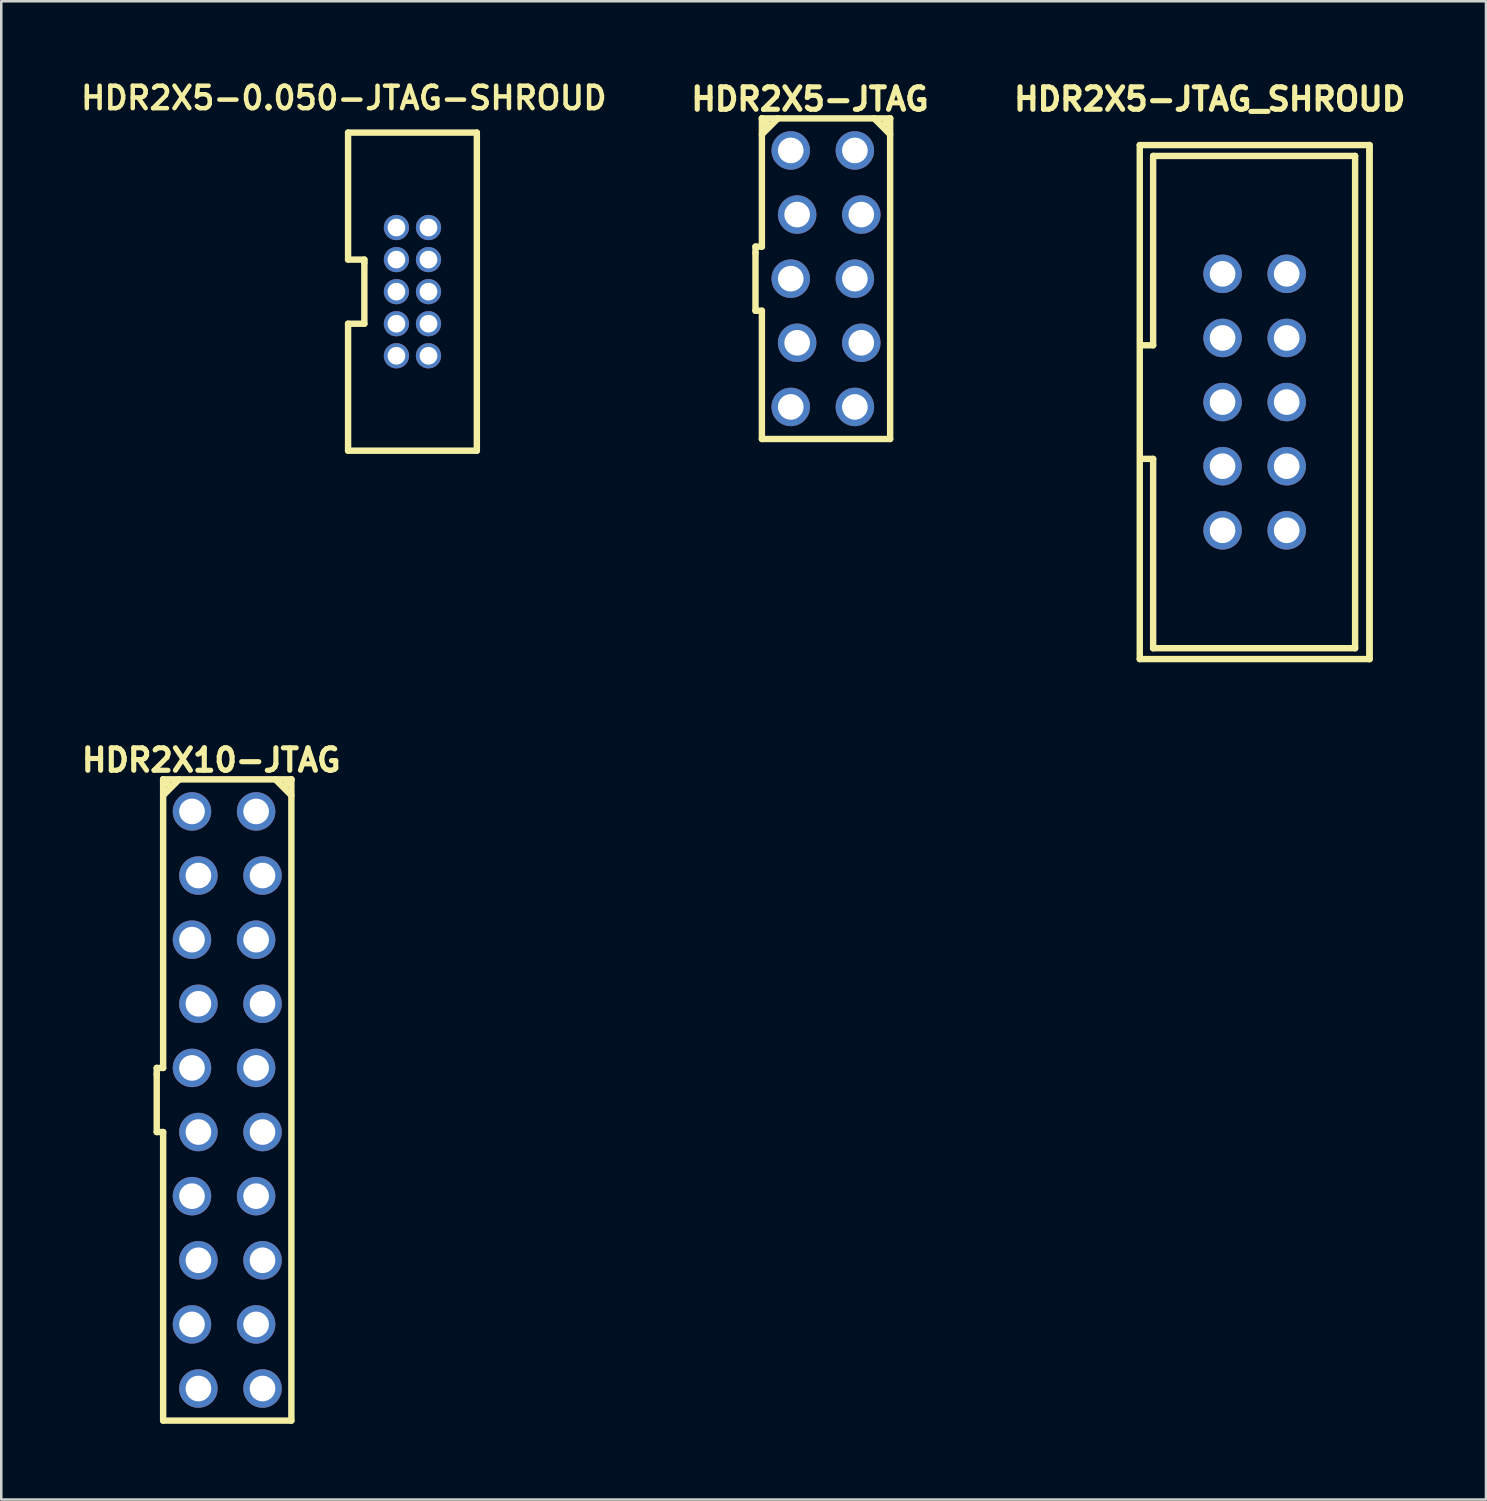
<source format=kicad_pcb>
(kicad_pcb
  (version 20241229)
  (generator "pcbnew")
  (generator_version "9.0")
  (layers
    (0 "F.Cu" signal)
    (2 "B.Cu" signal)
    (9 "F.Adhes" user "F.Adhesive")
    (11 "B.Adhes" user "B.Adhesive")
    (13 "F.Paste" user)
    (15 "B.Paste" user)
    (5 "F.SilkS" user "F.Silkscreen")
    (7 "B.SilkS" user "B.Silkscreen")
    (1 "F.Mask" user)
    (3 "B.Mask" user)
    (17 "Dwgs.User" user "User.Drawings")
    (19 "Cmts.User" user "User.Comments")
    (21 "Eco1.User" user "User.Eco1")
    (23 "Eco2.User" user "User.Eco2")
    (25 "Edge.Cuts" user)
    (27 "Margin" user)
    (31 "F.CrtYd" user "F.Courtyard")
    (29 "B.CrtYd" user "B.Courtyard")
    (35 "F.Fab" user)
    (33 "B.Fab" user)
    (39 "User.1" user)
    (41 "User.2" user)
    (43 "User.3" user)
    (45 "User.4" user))
  (footprint "HDR2X5-0.050-JTAG-SHROUD"
    (layer "F.Cu")
    (at 12.653 5.963)
    (property "Reference" "HDR2X5-0.050-JTAG-SHROUD" (at -2.083 -5.131 0) (layer "F.SilkS") (effects (font (size 0.889 0.889) (thickness 0.178))))
    (attr through_hole)
    (fp_line (start -1.915 -3.76) (end -1.915 1.27) (stroke (width 0.254) (type solid)) (layer "F.SilkS"))
    (fp_line (start -1.915 1.27) (end -1.27 1.27) (stroke (width 0.254) (type solid)) (layer "F.SilkS"))
    (fp_line (start -1.915 3.81) (end -1.27 3.81) (stroke (width 0.254) (type solid)) (layer "F.SilkS"))
    (fp_line (start -1.915 8.84) (end -1.915 3.81) (stroke (width 0.254) (type solid)) (layer "F.SilkS"))
    (fp_line (start -1.27 1.27) (end -1.27 1.397) (stroke (width 0.254) (type solid)) (layer "F.SilkS"))
    (fp_line (start -1.27 3.81) (end -1.27 1.397) (stroke (width 0.254) (type solid)) (layer "F.SilkS"))
    (fp_line (start 3.185 -3.76) (end -1.915 -3.76) (stroke (width 0.254) (type solid)) (layer "F.SilkS"))
    (fp_line (start 3.185 8.84) (end -1.915 8.84) (stroke (width 0.254) (type solid)) (layer "F.SilkS"))
    (fp_line (start 3.185 8.84) (end 3.185 -3.76) (stroke (width 0.254) (type solid)) (layer "F.SilkS"))
    (pad "1" thru_hole circle (at 0 0) (size 1 1) (drill 0.7) (layers "*.Cu" "*.Mask"))
    (pad "2" thru_hole circle (at 1.27 0) (size 1 1) (drill 0.7) (layers "*.Cu" "*.Mask"))
    (pad "3" thru_hole circle (at 0 1.27) (size 1 1) (drill 0.7) (layers "*.Cu" "*.Mask"))
    (pad "4" thru_hole circle (at 1.27 1.27) (size 1 1) (drill 0.7) (layers "*.Cu" "*.Mask"))
    (pad "5" thru_hole circle (at 0 2.54) (size 1 1) (drill 0.7) (layers "*.Cu" "*.Mask"))
    (pad "6" thru_hole circle (at 1.27 2.54) (size 1 1) (drill 0.7) (layers "*.Cu" "*.Mask"))
    (pad "7" thru_hole circle (at 0 3.81) (size 1 1) (drill 0.7) (layers "*.Cu" "*.Mask"))
    (pad "8" thru_hole circle (at 1.27 3.81) (size 1 1) (drill 0.7) (layers "*.Cu" "*.Mask"))
    (pad "9" thru_hole circle (at 0 5.08) (size 1 1) (drill 0.7) (layers "*.Cu" "*.Mask"))
    (pad "10" thru_hole circle (at 1.27 5.08) (size 1 1) (drill 0.7) (layers "*.Cu" "*.Mask")))
  (footprint "HDR2X5-JTAG_SHROUD"
    (layer "F.Cu")
    (at 45.378 7.797)
    (property "Reference" "HDR2X5-JTAG_SHROUD" (at -0.508 -6.92 0) (layer "F.SilkS") (effects (font (size 0.889 0.889) (thickness 0.203))))
    (attr through_hole)
    (fp_line (start -3.28 15.26) (end -3.28 -5.1) (stroke (width 0.254) (type default)) (layer "F.SilkS"))
    (fp_line (start -3.28 15.26) (end 5.82 15.26) (stroke (width 0.254) (type default)) (layer "F.SilkS"))
    (fp_line (start -2.75 -4.67) (end 5.25 -4.67) (stroke (width 0.254) (type default)) (layer "F.SilkS"))
    (fp_line (start -2.75 2.83) (end -3.25 2.83) (stroke (width 0.254) (type default)) (layer "F.SilkS"))
    (fp_line (start -2.75 2.83) (end -2.75 -4.67) (stroke (width 0.254) (type default)) (layer "F.SilkS"))
    (fp_line (start -2.75 7.33) (end -3.25 7.33) (stroke (width 0.254) (type default)) (layer "F.SilkS"))
    (fp_line (start -2.75 14.83) (end -2.75 7.33) (stroke (width 0.254) (type default)) (layer "F.SilkS"))
    (fp_line (start 5.25 -4.67) (end 5.25 14.83) (stroke (width 0.254) (type default)) (layer "F.SilkS"))
    (fp_line (start 5.25 14.83) (end -2.75 14.83) (stroke (width 0.254) (type default)) (layer "F.SilkS"))
    (fp_line (start 5.82 -5.1) (end -3.28 -5.1) (stroke (width 0.254) (type default)) (layer "F.SilkS"))
    (fp_line (start 5.82 15.26) (end 5.82 -5.1) (stroke (width 0.254) (type default)) (layer "F.SilkS"))
    (fp_line (start 5.82 15.26) (end 5.82 -5.1) (stroke (width 0.254) (type default)) (layer "F.SilkS"))
    (pad "1" thru_hole circle (at 0 0) (size 1.524 1.524) (drill 1.016) (layers "*.Cu" "*.Mask"))
    (pad "2" thru_hole circle (at 2.54 0) (size 1.524 1.524) (drill 1.016) (layers "*.Cu" "*.Mask"))
    (pad "3" thru_hole circle (at 0 2.54) (size 1.524 1.524) (drill 1.016) (layers "*.Cu" "*.Mask"))
    (pad "4" thru_hole circle (at 2.54 2.54) (size 1.524 1.524) (drill 1.016) (layers "*.Cu" "*.Mask"))
    (pad "5" thru_hole circle (at 0 5.08) (size 1.524 1.524) (drill 1.016) (layers "*.Cu" "*.Mask"))
    (pad "6" thru_hole circle (at 2.54 5.08) (size 1.524 1.524) (drill 1.016) (layers "*.Cu" "*.Mask"))
    (pad "7" thru_hole circle (at 0 7.62) (size 1.524 1.524) (drill 1.016) (layers "*.Cu" "*.Mask"))
    (pad "8" thru_hole circle (at 2.54 7.62) (size 1.524 1.524) (drill 1.016) (layers "*.Cu" "*.Mask"))
    (pad "9" thru_hole circle (at 0 10.16) (size 1.524 1.524) (drill 1.016) (layers "*.Cu" "*.Mask"))
    (pad "10" thru_hole circle (at 2.54 10.16) (size 1.524 1.524) (drill 1.016) (layers "*.Cu" "*.Mask")))
  (footprint "HDR2X10-JTAG"
    (layer "F.Cu")
    (at 4.682 29.092)
    (property "Reference" "HDR2X10-JTAG" (at 0.635 -2.032 0) (layer "F.SilkS") (effects (font (size 0.889 0.889) (thickness 0.203))))
    (attr through_hole)
    (fp_line (start -1.524 10.16) (end -1.27 10.16) (stroke (width 0.254) (type solid)) (layer "F.SilkS"))
    (fp_line (start -1.524 10.414) (end -1.524 10.16) (stroke (width 0.254) (type solid)) (layer "F.SilkS"))
    (fp_line (start -1.524 12.7) (end -1.524 10.414) (stroke (width 0.254) (type solid)) (layer "F.SilkS"))
    (fp_line (start -1.27 -1.27) (end -1.27 10.16) (stroke (width 0.254) (type solid)) (layer "F.SilkS"))
    (fp_line (start -1.27 -1.27) (end -1.016 -1.016) (stroke (width 0.254) (type solid)) (layer "F.SilkS"))
    (fp_line (start -1.27 -0.635) (end -0.635 -1.27) (stroke (width 0.254) (type solid)) (layer "F.SilkS"))
    (fp_line (start -1.27 12.7) (end -1.524 12.7) (stroke (width 0.254) (type solid)) (layer "F.SilkS"))
    (fp_line (start -1.27 24.13) (end -1.27 12.7) (stroke (width 0.254) (type solid)) (layer "F.SilkS"))
    (fp_line (start -1.27 24.13) (end 3.81 24.13) (stroke (width 0.254) (type solid)) (layer "F.SilkS"))
    (fp_line (start 3.175 -1.27) (end 3.81 -0.635) (stroke (width 0.254) (type solid)) (layer "F.SilkS"))
    (fp_line (start 3.81 -1.27) (end -1.27 -1.27) (stroke (width 0.254) (type solid)) (layer "F.SilkS"))
    (fp_line (start 3.81 -1.27) (end 3.556 -1.016) (stroke (width 0.254) (type solid)) (layer "F.SilkS"))
    (fp_line (start 3.81 24.13) (end 3.81 -1.27) (stroke (width 0.254) (type solid)) (layer "F.SilkS"))
    (pad "1" thru_hole circle (at -0.127 0) (size 1.524 1.524) (drill 1.016) (layers "*.Cu" "*.Mask"))
    (pad "2" thru_hole circle (at 2.413 0) (size 1.524 1.524) (drill 1.016) (layers "*.Cu" "*.Mask"))
    (pad "3" thru_hole circle (at 0.127 2.54) (size 1.524 1.524) (drill 1.016) (layers "*.Cu" "*.Mask"))
    (pad "4" thru_hole circle (at 2.667 2.54) (size 1.524 1.524) (drill 1.016) (layers "*.Cu" "*.Mask"))
    (pad "5" thru_hole circle (at -0.127 5.08) (size 1.524 1.524) (drill 1.016) (layers "*.Cu" "*.Mask"))
    (pad "6" thru_hole circle (at 2.413 5.08) (size 1.524 1.524) (drill 1.016) (layers "*.Cu" "*.Mask"))
    (pad "7" thru_hole circle (at 0.127 7.62) (size 1.524 1.524) (drill 1.016) (layers "*.Cu" "*.Mask"))
    (pad "8" thru_hole circle (at 2.667 7.62) (size 1.524 1.524) (drill 1.016) (layers "*.Cu" "*.Mask"))
    (pad "9" thru_hole circle (at -0.127 10.16) (size 1.524 1.524) (drill 1.016) (layers "*.Cu" "*.Mask"))
    (pad "10" thru_hole circle (at 2.413 10.16) (size 1.524 1.524) (drill 1.016) (layers "*.Cu" "*.Mask"))
    (pad "11" thru_hole circle (at 0.127 12.7) (size 1.524 1.524) (drill 1.016) (layers "*.Cu" "*.Mask"))
    (pad "12" thru_hole circle (at 2.667 12.7) (size 1.524 1.524) (drill 1.016) (layers "*.Cu" "*.Mask"))
    (pad "13" thru_hole circle (at -0.127 15.24) (size 1.524 1.524) (drill 1.016) (layers "*.Cu" "*.Mask"))
    (pad "14" thru_hole circle (at 2.413 15.24) (size 1.524 1.524) (drill 1.016) (layers "*.Cu" "*.Mask"))
    (pad "15" thru_hole circle (at 0.127 17.78) (size 1.524 1.524) (drill 1.016) (layers "*.Cu" "*.Mask"))
    (pad "16" thru_hole circle (at 2.667 17.78) (size 1.524 1.524) (drill 1.016) (layers "*.Cu" "*.Mask"))
    (pad "17" thru_hole circle (at -0.127 20.32) (size 1.524 1.524) (drill 1.016) (layers "*.Cu" "*.Mask"))
    (pad "18" thru_hole circle (at 2.413 20.32) (size 1.524 1.524) (drill 1.016) (layers "*.Cu" "*.Mask"))
    (pad "19" thru_hole circle (at 0.127 22.86) (size 1.524 1.524) (drill 1.016) (layers "*.Cu" "*.Mask"))
    (pad "20" thru_hole circle (at 2.667 22.86) (size 1.524 1.524) (drill 1.016) (layers "*.Cu" "*.Mask")))
  (footprint "HDR2X5-JTAG"
    (layer "F.Cu")
    (at 28.4 2.909)
    (property "Reference" "HDR2X5-JTAG" (at 0.635 -2.032 0) (layer "F.SilkS") (effects (font (size 0.889 0.889) (thickness 0.203))))
    (attr through_hole)
    (fp_line (start -1.524 3.81) (end -1.27 3.81) (stroke (width 0.254) (type solid)) (layer "F.SilkS"))
    (fp_line (start -1.524 4.064) (end -1.524 3.81) (stroke (width 0.254) (type solid)) (layer "F.SilkS"))
    (fp_line (start -1.524 6.35) (end -1.524 4.064) (stroke (width 0.254) (type solid)) (layer "F.SilkS"))
    (fp_line (start -1.27 -1.27) (end -1.27 3.81) (stroke (width 0.254) (type solid)) (layer "F.SilkS"))
    (fp_line (start -1.27 -1.27) (end -1.016 -1.016) (stroke (width 0.254) (type solid)) (layer "F.SilkS"))
    (fp_line (start -1.27 -0.635) (end -0.635 -1.27) (stroke (width 0.254) (type solid)) (layer "F.SilkS"))
    (fp_line (start -1.27 6.35) (end -1.524 6.35) (stroke (width 0.254) (type solid)) (layer "F.SilkS"))
    (fp_line (start -1.27 11.43) (end -1.27 6.35) (stroke (width 0.254) (type solid)) (layer "F.SilkS"))
    (fp_line (start -1.27 11.43) (end 3.81 11.43) (stroke (width 0.254) (type solid)) (layer "F.SilkS"))
    (fp_line (start 3.175 -1.27) (end 3.81 -0.635) (stroke (width 0.254) (type solid)) (layer "F.SilkS"))
    (fp_line (start 3.81 -1.27) (end -1.27 -1.27) (stroke (width 0.254) (type solid)) (layer "F.SilkS"))
    (fp_line (start 3.81 -1.27) (end 3.556 -1.016) (stroke (width 0.254) (type solid)) (layer "F.SilkS"))
    (fp_line (start 3.81 11.43) (end 3.81 -1.27) (stroke (width 0.254) (type solid)) (layer "F.SilkS"))
    (pad "1" thru_hole circle (at -0.127 0) (size 1.524 1.524) (drill 1.016) (layers "*.Cu" "*.Mask"))
    (pad "2" thru_hole circle (at 2.413 0) (size 1.524 1.524) (drill 1.016) (layers "*.Cu" "*.Mask"))
    (pad "3" thru_hole circle (at 0.127 2.54) (size 1.524 1.524) (drill 1.016) (layers "*.Cu" "*.Mask"))
    (pad "4" thru_hole circle (at 2.667 2.54) (size 1.524 1.524) (drill 1.016) (layers "*.Cu" "*.Mask"))
    (pad "5" thru_hole circle (at -0.127 5.08) (size 1.524 1.524) (drill 1.016) (layers "*.Cu" "*.Mask"))
    (pad "6" thru_hole circle (at 2.413 5.08) (size 1.524 1.524) (drill 1.016) (layers "*.Cu" "*.Mask"))
    (pad "7" thru_hole circle (at 0.127 7.62) (size 1.524 1.524) (drill 1.016) (layers "*.Cu" "*.Mask"))
    (pad "8" thru_hole circle (at 2.667 7.62) (size 1.524 1.524) (drill 1.016) (layers "*.Cu" "*.Mask"))
    (pad "9" thru_hole circle (at -0.127 10.16) (size 1.524 1.524) (drill 1.016) (layers "*.Cu" "*.Mask"))
    (pad "10" thru_hole circle (at 2.413 10.16) (size 1.524 1.524) (drill 1.016) (layers "*.Cu" "*.Mask")))
  (gr_rect
    (start -3 -3)
    (end 55.812 56.349)
    (stroke (width 0.1) (type default))
    (fill no)
    (layer "Edge.Cuts")))
</source>
